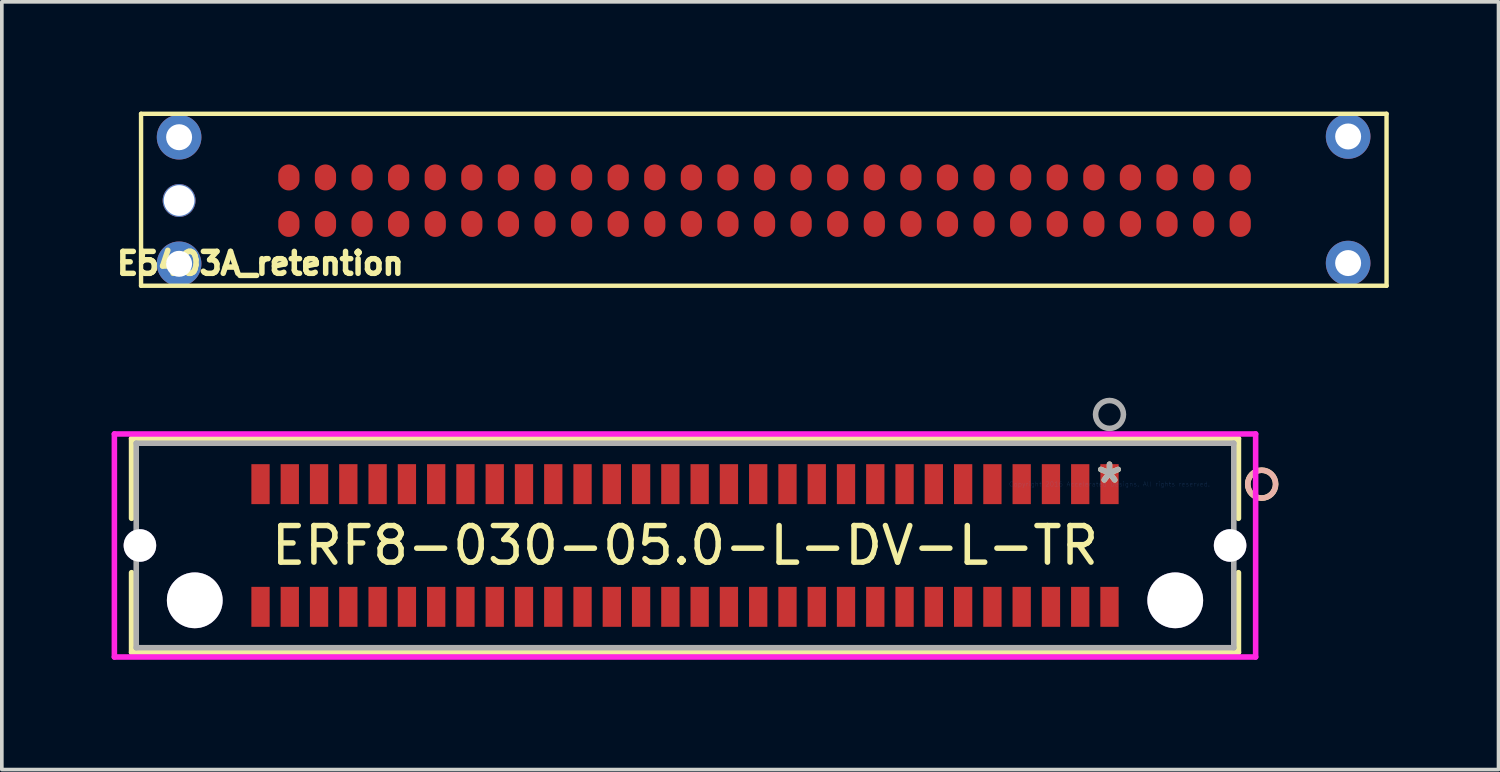
<source format=kicad_pcb>
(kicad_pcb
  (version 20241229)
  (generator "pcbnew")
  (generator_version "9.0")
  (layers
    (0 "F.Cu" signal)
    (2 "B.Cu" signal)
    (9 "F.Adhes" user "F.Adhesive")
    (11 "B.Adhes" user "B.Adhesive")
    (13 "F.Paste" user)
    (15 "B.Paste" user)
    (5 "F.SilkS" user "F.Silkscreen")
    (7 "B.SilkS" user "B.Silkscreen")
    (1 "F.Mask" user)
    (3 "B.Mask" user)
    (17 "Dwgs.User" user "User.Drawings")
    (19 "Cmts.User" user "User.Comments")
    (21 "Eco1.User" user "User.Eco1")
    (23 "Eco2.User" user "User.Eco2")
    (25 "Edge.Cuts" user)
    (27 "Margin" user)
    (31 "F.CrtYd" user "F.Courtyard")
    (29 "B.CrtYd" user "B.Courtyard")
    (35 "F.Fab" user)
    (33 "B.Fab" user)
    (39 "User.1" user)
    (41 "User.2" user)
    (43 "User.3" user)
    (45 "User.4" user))
  (footprint "E5403A_retention"
    (layer "F.Cu")
    (at 17.495 2.37)
    (property "Reference" "E5403A_retention" (at -13.43 1.78 0) (layer "F.SilkS") (effects (font (size 0.6 0.6) (thickness 0.15))))
    (attr through_hole)
    (fp_line (start -16.69 -2.31) (end 17.35 -2.31) (stroke (width 0.12) (type solid)) (layer "F.SilkS"))
    (fp_line (start -16.69 2.39) (end -16.69 -2.31) (stroke (width 0.12) (type solid)) (layer "F.SilkS"))
    (fp_line (start 17.35 -2.31) (end 17.35 2.39) (stroke (width 0.12) (type solid)) (layer "F.SilkS"))
    (fp_line (start 17.35 2.39) (end -16.69 2.39) (stroke (width 0.12) (type solid)) (layer "F.SilkS"))
    (pad "" thru_hole circle (at -15.65 -1.67) (size 1.22 1.22) (drill 0.71) (layers "*.Cu" "*.Mask"))
    (pad "" thru_hole circle (at -15.65 0.06) (size 0.9 0.9) (drill 0.84) (layers "*.Cu" "*.Mask"))
    (pad "" thru_hole circle (at -15.65 1.79) (size 1.22 1.22) (drill 0.71) (layers "*.Cu" "*.Mask"))
    (pad "" thru_hole circle (at 16.3 -1.69) (size 1.22 1.22) (drill 0.71) (layers "*.Cu" "*.Mask"))
    (pad "" thru_hole circle (at 16.3 1.77) (size 1.22 1.22) (drill 0.71) (layers "*.Cu" "*.Mask"))
    (pad "1" smd oval (at -12.65 0.7 90) (size 0.71 0.58) (layers "F.Cu" "F.Mask" "F.Paste"))
    (pad "2" smd oval (at -11.65 0.7 90) (size 0.71 0.58) (layers "F.Cu" "F.Mask" "F.Paste"))
    (pad "3" smd oval (at -10.65 0.7 90) (size 0.71 0.58) (layers "F.Cu" "F.Mask" "F.Paste"))
    (pad "4" smd oval (at -9.65 0.7 90) (size 0.71 0.58) (layers "F.Cu" "F.Mask" "F.Paste"))
    (pad "5" smd oval (at -8.65 0.7 90) (size 0.71 0.58) (layers "F.Cu" "F.Mask" "F.Paste"))
    (pad "6" smd oval (at -7.65 0.7 90) (size 0.71 0.58) (layers "F.Cu" "F.Mask" "F.Paste"))
    (pad "7" smd oval (at -6.65 0.7 90) (size 0.71 0.58) (layers "F.Cu" "F.Mask" "F.Paste"))
    (pad "8" smd oval (at -5.65 0.7 90) (size 0.71 0.58) (layers "F.Cu" "F.Mask" "F.Paste"))
    (pad "9" smd oval (at -4.65 0.7 90) (size 0.71 0.58) (layers "F.Cu" "F.Mask" "F.Paste"))
    (pad "10" smd oval (at -3.65 0.7 90) (size 0.71 0.58) (layers "F.Cu" "F.Mask" "F.Paste"))
    (pad "11" smd oval (at -2.65 0.7 90) (size 0.71 0.58) (layers "F.Cu" "F.Mask" "F.Paste"))
    (pad "12" smd oval (at -1.65 0.7 90) (size 0.71 0.58) (layers "F.Cu" "F.Mask" "F.Paste"))
    (pad "13" smd oval (at -0.65 0.7 90) (size 0.71 0.58) (layers "F.Cu" "F.Mask" "F.Paste"))
    (pad "14" smd oval (at 0.35 0.7 90) (size 0.71 0.58) (layers "F.Cu" "F.Mask" "F.Paste"))
    (pad "15" smd oval (at 1.35 0.7 90) (size 0.71 0.58) (layers "F.Cu" "F.Mask" "F.Paste"))
    (pad "16" smd oval (at 2.35 0.7 90) (size 0.71 0.58) (layers "F.Cu" "F.Mask" "F.Paste"))
    (pad "17" smd oval (at 3.35 0.7 90) (size 0.71 0.58) (layers "F.Cu" "F.Mask" "F.Paste"))
    (pad "18" smd oval (at 4.35 0.7 90) (size 0.71 0.58) (layers "F.Cu" "F.Mask" "F.Paste"))
    (pad "19" smd oval (at 5.35 0.7 90) (size 0.71 0.58) (layers "F.Cu" "F.Mask" "F.Paste"))
    (pad "20" smd oval (at 6.35 0.7 90) (size 0.71 0.58) (layers "F.Cu" "F.Mask" "F.Paste"))
    (pad "21" smd oval (at 7.35 0.7 90) (size 0.71 0.58) (layers "F.Cu" "F.Mask" "F.Paste"))
    (pad "22" smd oval (at 8.35 0.7 90) (size 0.71 0.58) (layers "F.Cu" "F.Mask" "F.Paste"))
    (pad "23" smd oval (at 9.35 0.7 90) (size 0.71 0.58) (layers "F.Cu" "F.Mask" "F.Paste"))
    (pad "24" smd oval (at 10.35 0.7 90) (size 0.71 0.58) (layers "F.Cu" "F.Mask" "F.Paste"))
    (pad "25" smd oval (at 11.35 0.7 90) (size 0.71 0.58) (layers "F.Cu" "F.Mask" "F.Paste"))
    (pad "26" smd oval (at 12.35 0.7 90) (size 0.71 0.58) (layers "F.Cu" "F.Mask" "F.Paste"))
    (pad "27" smd oval (at 13.35 0.7 90) (size 0.71 0.58) (layers "F.Cu" "F.Mask" "F.Paste"))
    (pad "28" smd oval (at 13.35 -0.57 90) (size 0.71 0.58) (layers "F.Cu" "F.Mask" "F.Paste"))
    (pad "29" smd oval (at 12.35 -0.57 90) (size 0.71 0.58) (layers "F.Cu" "F.Mask" "F.Paste"))
    (pad "30" smd oval (at 11.35 -0.57 90) (size 0.71 0.58) (layers "F.Cu" "F.Mask" "F.Paste"))
    (pad "31" smd oval (at 10.35 -0.57 90) (size 0.71 0.58) (layers "F.Cu" "F.Mask" "F.Paste"))
    (pad "32" smd oval (at 9.35 -0.57 90) (size 0.71 0.58) (layers "F.Cu" "F.Mask" "F.Paste"))
    (pad "33" smd oval (at 8.35 -0.57 90) (size 0.71 0.58) (layers "F.Cu" "F.Mask" "F.Paste"))
    (pad "34" smd oval (at 7.35 -0.57 90) (size 0.71 0.58) (layers "F.Cu" "F.Mask" "F.Paste"))
    (pad "35" smd oval (at 6.35 -0.57 90) (size 0.71 0.58) (layers "F.Cu" "F.Mask" "F.Paste"))
    (pad "36" smd oval (at 5.35 -0.57 90) (size 0.71 0.58) (layers "F.Cu" "F.Mask" "F.Paste"))
    (pad "37" smd oval (at 4.35 -0.57 90) (size 0.71 0.58) (layers "F.Cu" "F.Mask" "F.Paste"))
    (pad "38" smd oval (at 3.35 -0.57 90) (size 0.71 0.58) (layers "F.Cu" "F.Mask" "F.Paste"))
    (pad "39" smd oval (at 2.35 -0.57 90) (size 0.71 0.58) (layers "F.Cu" "F.Mask" "F.Paste"))
    (pad "40" smd oval (at 1.35 -0.57 90) (size 0.71 0.58) (layers "F.Cu" "F.Mask" "F.Paste"))
    (pad "41" smd oval (at 0.35 -0.57 90) (size 0.71 0.58) (layers "F.Cu" "F.Mask" "F.Paste"))
    (pad "42" smd oval (at -0.65 -0.57 90) (size 0.71 0.58) (layers "F.Cu" "F.Mask" "F.Paste"))
    (pad "43" smd oval (at -1.65 -0.57 90) (size 0.71 0.58) (layers "F.Cu" "F.Mask" "F.Paste"))
    (pad "44" smd oval (at -2.65 -0.57 90) (size 0.71 0.58) (layers "F.Cu" "F.Mask" "F.Paste"))
    (pad "45" smd oval (at -3.65 -0.57 90) (size 0.71 0.58) (layers "F.Cu" "F.Mask" "F.Paste"))
    (pad "46" smd oval (at -4.65 -0.57 90) (size 0.71 0.58) (layers "F.Cu" "F.Mask" "F.Paste"))
    (pad "47" smd oval (at -5.65 -0.57 90) (size 0.71 0.58) (layers "F.Cu" "F.Mask" "F.Paste"))
    (pad "48" smd oval (at -6.65 -0.57 90) (size 0.71 0.58) (layers "F.Cu" "F.Mask" "F.Paste"))
    (pad "49" smd oval (at -7.65 -0.57 90) (size 0.71 0.58) (layers "F.Cu" "F.Mask" "F.Paste"))
    (pad "50" smd oval (at -8.65 -0.57 90) (size 0.71 0.58) (layers "F.Cu" "F.Mask" "F.Paste"))
    (pad "51" smd oval (at -9.65 -0.57 90) (size 0.71 0.58) (layers "F.Cu" "F.Mask" "F.Paste"))
    (pad "52" smd oval (at -10.65 -0.57 90) (size 0.71 0.58) (layers "F.Cu" "F.Mask" "F.Paste"))
    (pad "53" smd oval (at -11.65 -0.57 90) (size 0.71 0.58) (layers "F.Cu" "F.Mask" "F.Paste"))
    (pad "54" smd oval (at -12.65 -0.57 90) (size 0.71 0.58) (layers "F.Cu" "F.Mask" "F.Paste")))
  (footprint "ERF8-030-05.0-L-DV-L-TR"
    (layer "F.Cu")
    (at 27.273 10.182)
    (property "Reference" "ERF8-030-05.0-L-DV-L-TR" (at -11.601 1.676 0) (layer "F.SilkS") (effects (font (size 1 1) (thickness 0.15))))
    (attr through_hole)
    (fp_line (start -26.727 -1.245) (end -26.727 0.934) (stroke (width 0.152) (type solid)) (layer "F.SilkS"))
    (fp_line (start -26.727 2.419) (end -26.727 4.597) (stroke (width 0.152) (type solid)) (layer "F.SilkS"))
    (fp_line (start -26.727 4.597) (end 3.524 4.597) (stroke (width 0.152) (type solid)) (layer "F.SilkS"))
    (fp_line (start 3.524 -1.245) (end -26.727 -1.245) (stroke (width 0.152) (type solid)) (layer "F.SilkS"))
    (fp_line (start 3.524 0.934) (end 3.524 -1.245) (stroke (width 0.152) (type solid)) (layer "F.SilkS"))
    (fp_line (start 3.524 4.597) (end 3.524 2.419) (stroke (width 0.152) (type solid)) (layer "F.SilkS"))
    (fp_circle (center 4.159 0) (end 4.54 0) (stroke (width 0.152) (type solid)) (fill no) (layer "F.SilkS"))
    (fp_circle (center 4.159 0) (end 4.54 0) (stroke (width 0.152) (type solid)) (fill no) (layer "B.SilkS"))
    (fp_line (start -27.197 -1.372) (end -27.197 4.724) (stroke (width 0.152) (type solid)) (layer "F.CrtYd"))
    (fp_line (start -27.197 4.724) (end 3.994 4.724) (stroke (width 0.152) (type solid)) (layer "F.CrtYd"))
    (fp_line (start 3.994 -1.372) (end -27.197 -1.372) (stroke (width 0.152) (type solid)) (layer "F.CrtYd"))
    (fp_line (start 3.994 4.724) (end 3.994 -1.372) (stroke (width 0.152) (type solid)) (layer "F.CrtYd"))
    (fp_line (start -26.6 -1.118) (end -26.6 4.47) (stroke (width 0.152) (type solid)) (layer "F.Fab"))
    (fp_line (start -26.6 4.47) (end 3.397 4.47) (stroke (width 0.152) (type solid)) (layer "F.Fab"))
    (fp_line (start 3.397 -1.118) (end -26.6 -1.118) (stroke (width 0.152) (type solid)) (layer "F.Fab"))
    (fp_line (start 3.397 4.47) (end 3.397 -1.118) (stroke (width 0.152) (type solid)) (layer "F.Fab"))
    (fp_circle (center 0 -1.905) (end 0.381 -1.905) (stroke (width 0.152) (type solid)) (fill no) (layer "F.Fab"))
    (fp_text user "*" (at 0 0 0) (layer "F.SilkS") (effects (font (size 1 1) (thickness 0.15))))
    (fp_text user "Copyright 2016 Accelerated Designs. All rights reserved." (at 0 0 0) (layer "Cmts.User") (effects (font (size 0.127 0.127) (thickness 0.002))))
    (fp_text user "*" (at 0 0 0) (layer "F.Fab") (effects (font (size 1 1) (thickness 0.15))))
    (pad "1" smd rect (at 0 0) (size 0.5 1.092) (layers "F.Cu" "F.Mask" "F.Paste"))
    (pad "2" smd rect (at 0 3.353) (size 0.5 1.092) (layers "F.Cu" "F.Mask" "F.Paste"))
    (pad "3" smd rect (at -0.8 0) (size 0.5 1.092) (layers "F.Cu" "F.Mask" "F.Paste"))
    (pad "4" smd rect (at -0.8 3.353) (size 0.5 1.092) (layers "F.Cu" "F.Mask" "F.Paste"))
    (pad "5" smd rect (at -1.6 0) (size 0.5 1.092) (layers "F.Cu" "F.Mask" "F.Paste"))
    (pad "6" smd rect (at -1.6 3.353) (size 0.5 1.092) (layers "F.Cu" "F.Mask" "F.Paste"))
    (pad "7" smd rect (at -2.4 0) (size 0.5 1.092) (layers "F.Cu" "F.Mask" "F.Paste"))
    (pad "8" smd rect (at -2.4 3.353) (size 0.5 1.092) (layers "F.Cu" "F.Mask" "F.Paste"))
    (pad "9" smd rect (at -3.2 0) (size 0.5 1.092) (layers "F.Cu" "F.Mask" "F.Paste"))
    (pad "10" smd rect (at -3.2 3.353) (size 0.5 1.092) (layers "F.Cu" "F.Mask" "F.Paste"))
    (pad "11" smd rect (at -4 0) (size 0.5 1.092) (layers "F.Cu" "F.Mask" "F.Paste"))
    (pad "12" smd rect (at -4 3.353) (size 0.5 1.092) (layers "F.Cu" "F.Mask" "F.Paste"))
    (pad "13" smd rect (at -4.801 0) (size 0.5 1.092) (layers "F.Cu" "F.Mask" "F.Paste"))
    (pad "14" smd rect (at -4.801 3.353) (size 0.5 1.092) (layers "F.Cu" "F.Mask" "F.Paste"))
    (pad "15" smd rect (at -5.601 0) (size 0.5 1.092) (layers "F.Cu" "F.Mask" "F.Paste"))
    (pad "16" smd rect (at -5.601 3.353) (size 0.5 1.092) (layers "F.Cu" "F.Mask" "F.Paste"))
    (pad "17" smd rect (at -6.401 0) (size 0.5 1.092) (layers "F.Cu" "F.Mask" "F.Paste"))
    (pad "18" smd rect (at -6.401 3.353) (size 0.5 1.092) (layers "F.Cu" "F.Mask" "F.Paste"))
    (pad "19" smd rect (at -7.201 0) (size 0.5 1.092) (layers "F.Cu" "F.Mask" "F.Paste"))
    (pad "20" smd rect (at -7.201 3.353) (size 0.5 1.092) (layers "F.Cu" "F.Mask" "F.Paste"))
    (pad "21" smd rect (at -8.001 0) (size 0.5 1.092) (layers "F.Cu" "F.Mask" "F.Paste"))
    (pad "22" smd rect (at -8.001 3.353) (size 0.5 1.092) (layers "F.Cu" "F.Mask" "F.Paste"))
    (pad "23" smd rect (at -8.801 0) (size 0.5 1.092) (layers "F.Cu" "F.Mask" "F.Paste"))
    (pad "24" smd rect (at -8.801 3.353) (size 0.5 1.092) (layers "F.Cu" "F.Mask" "F.Paste"))
    (pad "25" smd rect (at -9.601 0) (size 0.5 1.092) (layers "F.Cu" "F.Mask" "F.Paste"))
    (pad "26" smd rect (at -9.601 3.353) (size 0.5 1.092) (layers "F.Cu" "F.Mask" "F.Paste"))
    (pad "27" smd rect (at -10.401 0) (size 0.5 1.092) (layers "F.Cu" "F.Mask" "F.Paste"))
    (pad "28" smd rect (at -10.401 3.353) (size 0.5 1.092) (layers "F.Cu" "F.Mask" "F.Paste"))
    (pad "29" smd rect (at -11.201 0) (size 0.5 1.092) (layers "F.Cu" "F.Mask" "F.Paste"))
    (pad "30" smd rect (at -11.201 3.353) (size 0.5 1.092) (layers "F.Cu" "F.Mask" "F.Paste"))
    (pad "31" smd rect (at -12.002 0) (size 0.5 1.092) (layers "F.Cu" "F.Mask" "F.Paste"))
    (pad "32" smd rect (at -12.002 3.353) (size 0.5 1.092) (layers "F.Cu" "F.Mask" "F.Paste"))
    (pad "33" smd rect (at -12.802 0) (size 0.5 1.092) (layers "F.Cu" "F.Mask" "F.Paste"))
    (pad "34" smd rect (at -12.802 3.353) (size 0.5 1.092) (layers "F.Cu" "F.Mask" "F.Paste"))
    (pad "35" smd rect (at -13.602 0) (size 0.5 1.092) (layers "F.Cu" "F.Mask" "F.Paste"))
    (pad "36" smd rect (at -13.602 3.353) (size 0.5 1.092) (layers "F.Cu" "F.Mask" "F.Paste"))
    (pad "37" smd rect (at -14.402 0) (size 0.5 1.092) (layers "F.Cu" "F.Mask" "F.Paste"))
    (pad "38" smd rect (at -14.402 3.353) (size 0.5 1.092) (layers "F.Cu" "F.Mask" "F.Paste"))
    (pad "39" smd rect (at -15.202 0) (size 0.5 1.092) (layers "F.Cu" "F.Mask" "F.Paste"))
    (pad "40" smd rect (at -15.202 3.353) (size 0.5 1.092) (layers "F.Cu" "F.Mask" "F.Paste"))
    (pad "41" smd rect (at -16.002 0) (size 0.5 1.092) (layers "F.Cu" "F.Mask" "F.Paste"))
    (pad "42" smd rect (at -16.002 3.353) (size 0.5 1.092) (layers "F.Cu" "F.Mask" "F.Paste"))
    (pad "43" smd rect (at -16.802 0) (size 0.5 1.092) (layers "F.Cu" "F.Mask" "F.Paste"))
    (pad "44" smd rect (at -16.802 3.353) (size 0.5 1.092) (layers "F.Cu" "F.Mask" "F.Paste"))
    (pad "45" smd rect (at -17.602 0) (size 0.5 1.092) (layers "F.Cu" "F.Mask" "F.Paste"))
    (pad "46" smd rect (at -17.602 3.353) (size 0.5 1.092) (layers "F.Cu" "F.Mask" "F.Paste"))
    (pad "47" smd rect (at -18.402 0) (size 0.5 1.092) (layers "F.Cu" "F.Mask" "F.Paste"))
    (pad "48" smd rect (at -18.402 3.353) (size 0.5 1.092) (layers "F.Cu" "F.Mask" "F.Paste"))
    (pad "49" smd rect (at -19.202 0) (size 0.5 1.092) (layers "F.Cu" "F.Mask" "F.Paste"))
    (pad "50" smd rect (at -19.202 3.353) (size 0.5 1.092) (layers "F.Cu" "F.Mask" "F.Paste"))
    (pad "51" smd rect (at -20.003 0) (size 0.5 1.092) (layers "F.Cu" "F.Mask" "F.Paste"))
    (pad "52" smd rect (at -20.003 3.353) (size 0.5 1.092) (layers "F.Cu" "F.Mask" "F.Paste"))
    (pad "53" smd rect (at -20.803 0) (size 0.5 1.092) (layers "F.Cu" "F.Mask" "F.Paste"))
    (pad "54" smd rect (at -20.803 3.353) (size 0.5 1.092) (layers "F.Cu" "F.Mask" "F.Paste"))
    (pad "55" smd rect (at -21.603 0) (size 0.5 1.092) (layers "F.Cu" "F.Mask" "F.Paste"))
    (pad "56" smd rect (at -21.603 3.353) (size 0.5 1.092) (layers "F.Cu" "F.Mask" "F.Paste"))
    (pad "57" smd rect (at -22.403 0) (size 0.5 1.092) (layers "F.Cu" "F.Mask" "F.Paste"))
    (pad "58" smd rect (at -22.403 3.353) (size 0.5 1.092) (layers "F.Cu" "F.Mask" "F.Paste"))
    (pad "59" smd rect (at -23.203 0) (size 0.5 1.092) (layers "F.Cu" "F.Mask" "F.Paste"))
    (pad "60" smd rect (at -23.203 3.353) (size 0.5 1.092) (layers "F.Cu" "F.Mask" "F.Paste"))
    (pad "61" thru_hole circle (at -25 3.175 90) (size 1.524 1.524) (drill 1.524) (layers "*.Cu" "*.Mask"))
    (pad "62" thru_hole circle (at 1.797 3.175 90) (size 1.524 1.524) (drill 1.524) (layers "*.Cu" "*.Mask"))
    (pad "63" thru_hole circle (at -26.499 1.676 90) (size 0.889 0.889) (drill 0.889) (layers "*.Cu" "*.Mask"))
    (pad "64" thru_hole circle (at 3.296 1.676 90) (size 0.889 0.889) (drill 0.889) (layers "*.Cu" "*.Mask")))
  (gr_rect
    (start -3 -3)
    (end 37.905 17.983)
    (stroke (width 0.1) (type default))
    (fill no)
    (layer "Edge.Cuts")))
</source>
